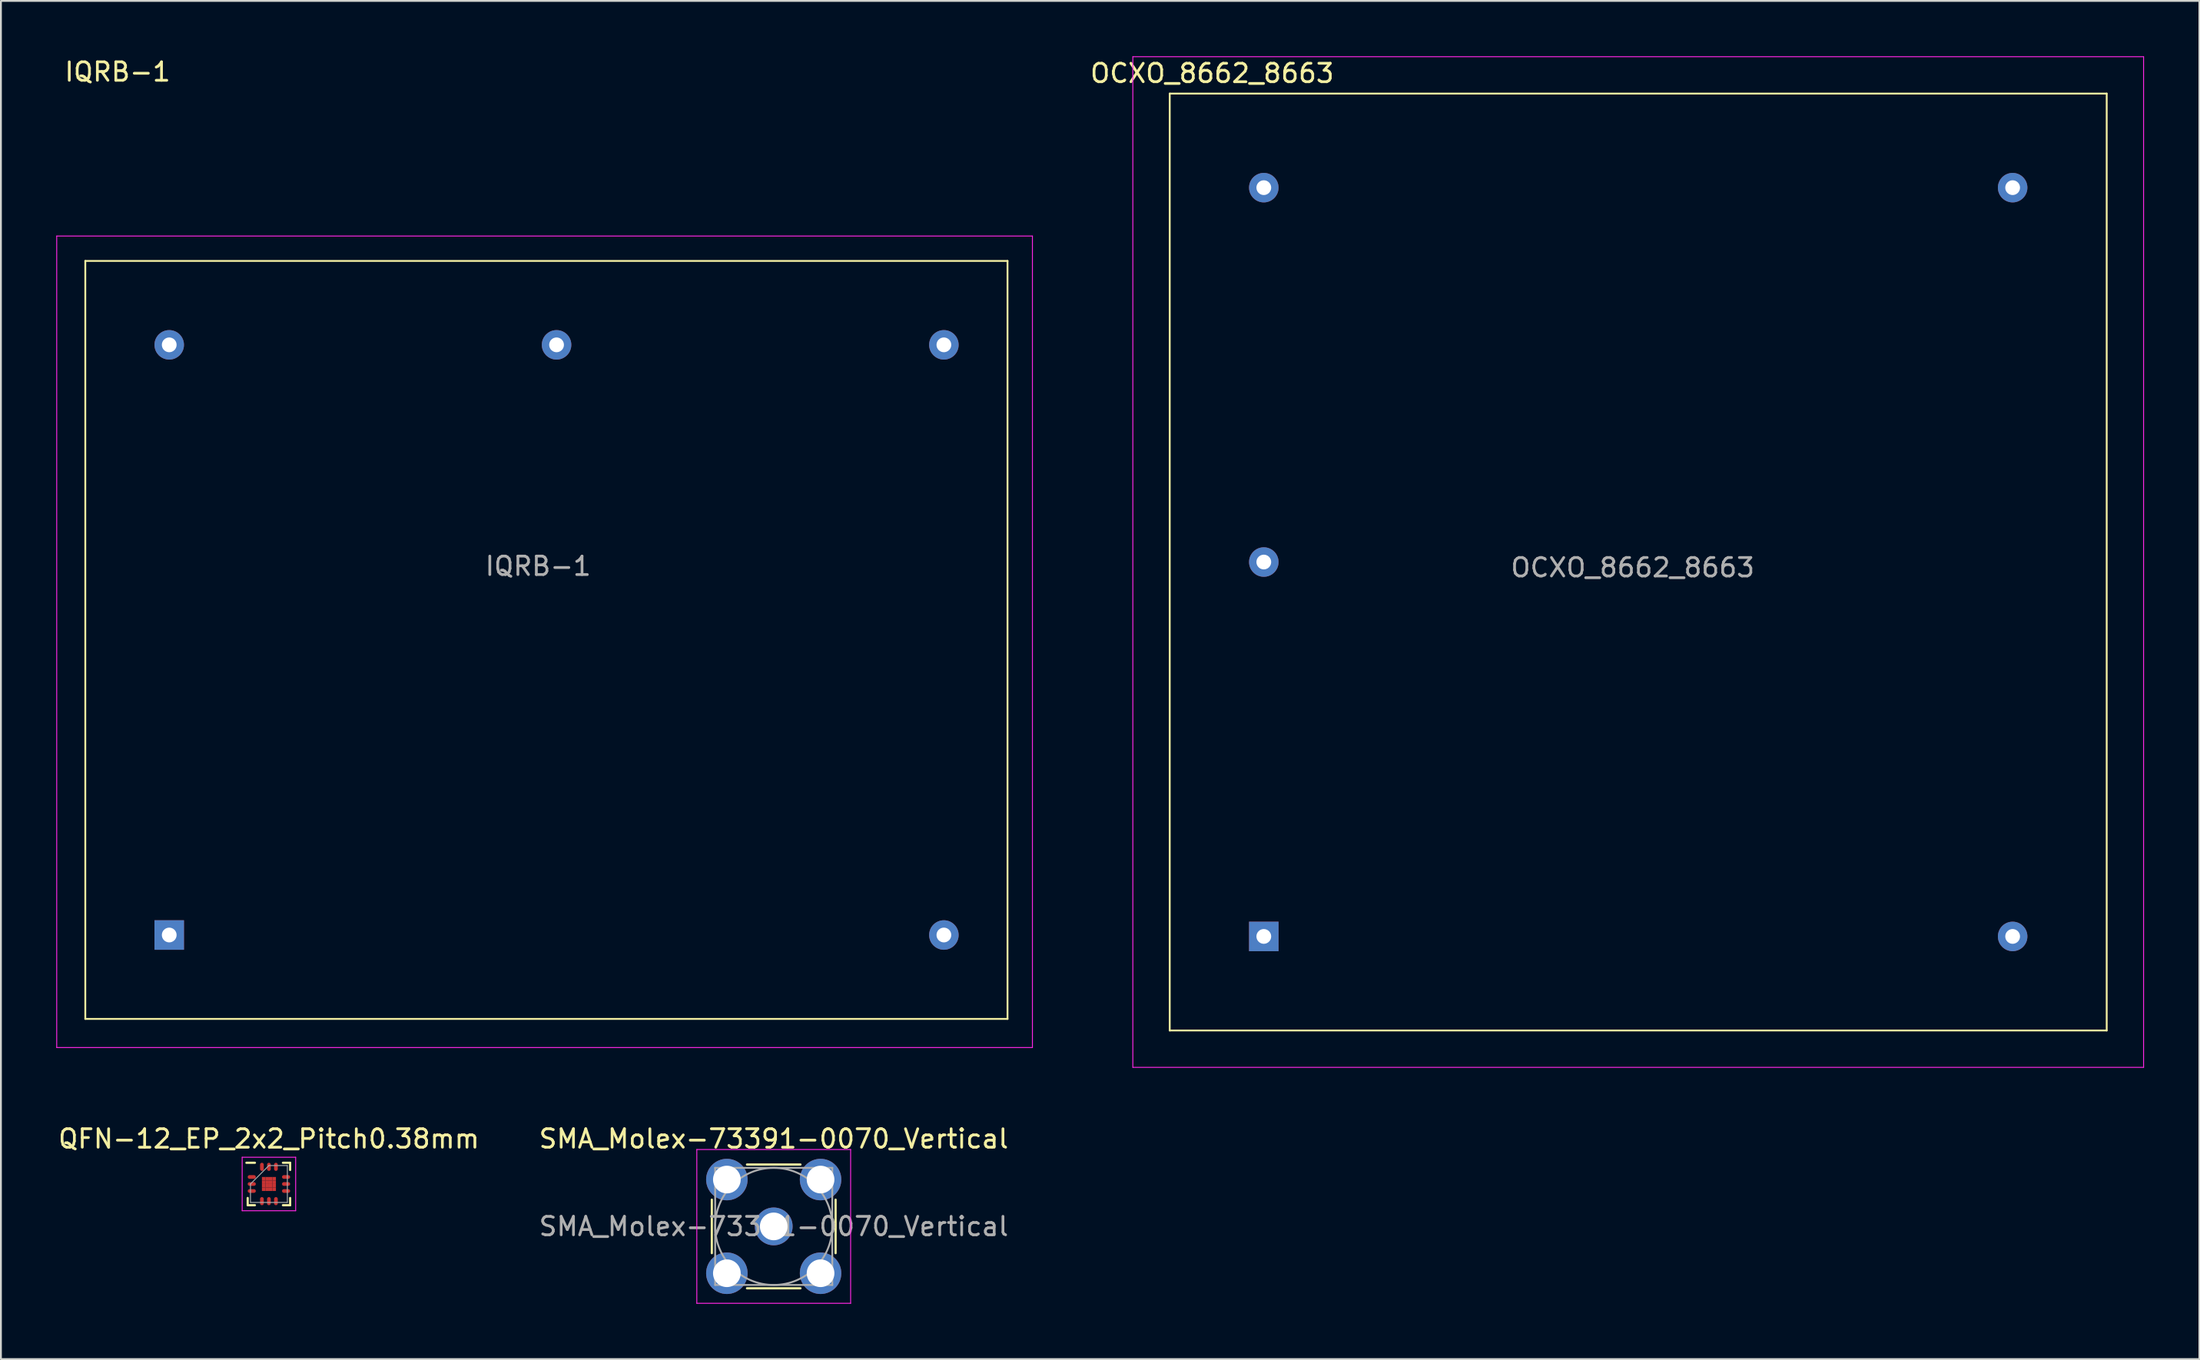
<source format=kicad_pcb>
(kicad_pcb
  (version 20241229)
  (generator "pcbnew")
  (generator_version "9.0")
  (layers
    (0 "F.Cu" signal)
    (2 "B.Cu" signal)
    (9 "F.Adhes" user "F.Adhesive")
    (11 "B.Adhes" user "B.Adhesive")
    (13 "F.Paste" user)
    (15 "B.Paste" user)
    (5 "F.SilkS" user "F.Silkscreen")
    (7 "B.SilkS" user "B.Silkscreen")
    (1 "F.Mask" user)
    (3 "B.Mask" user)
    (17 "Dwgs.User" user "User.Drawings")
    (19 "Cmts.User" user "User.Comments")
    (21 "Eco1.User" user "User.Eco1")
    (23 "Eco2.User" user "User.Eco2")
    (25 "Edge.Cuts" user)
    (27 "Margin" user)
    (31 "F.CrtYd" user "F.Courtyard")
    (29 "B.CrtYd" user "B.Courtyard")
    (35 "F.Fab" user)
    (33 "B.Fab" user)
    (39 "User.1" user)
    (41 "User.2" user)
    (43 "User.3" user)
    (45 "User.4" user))
  (footprint "QFN-12_EP_2x2_Pitch0.38mm"
    (layer "F.Cu")
    (at 11.53 61.148)
    (property "Reference" "QFN-12_EP_2x2_Pitch0.38mm" (at 0 -2.45 0) (layer "F.SilkS") (effects (font (size 1 1) (thickness 0.15))))
    (attr through_hole)
    (fp_line (start -1.15 1.15) (end -1.15 0.76) (stroke (width 0.12) (type solid)) (layer "F.SilkS"))
    (fp_line (start -0.76 -1.15) (end -1.22 -1.15) (stroke (width 0.12) (type solid)) (layer "F.SilkS"))
    (fp_line (start -0.76 1.15) (end -1.15 1.15) (stroke (width 0.12) (type solid)) (layer "F.SilkS"))
    (fp_line (start 0.76 -1.15) (end 1.15 -1.15) (stroke (width 0.12) (type solid)) (layer "F.SilkS"))
    (fp_line (start 0.76 1.15) (end 1.15 1.15) (stroke (width 0.12) (type solid)) (layer "F.SilkS"))
    (fp_line (start 1.15 -1.15) (end 1.15 -0.76) (stroke (width 0.12) (type solid)) (layer "F.SilkS"))
    (fp_line (start 1.15 1.15) (end 1.15 0.76) (stroke (width 0.12) (type solid)) (layer "F.SilkS"))
    (fp_line (start -1.45 -1.45) (end 1.45 -1.45) (stroke (width 0.05) (type solid)) (layer "F.CrtYd"))
    (fp_line (start -1.45 1.45) (end -1.45 -1.45) (stroke (width 0.05) (type solid)) (layer "F.CrtYd"))
    (fp_line (start 1.45 -1.45) (end 1.45 1.45) (stroke (width 0.05) (type solid)) (layer "F.CrtYd"))
    (fp_line (start 1.45 1.45) (end -1.45 1.45) (stroke (width 0.05) (type solid)) (layer "F.CrtYd"))
    (fp_line (start -1 0) (end -1 1) (stroke (width 0.05) (type solid)) (layer "F.Fab"))
    (fp_line (start -1 1) (end 1 1) (stroke (width 0.05) (type solid)) (layer "F.Fab"))
    (fp_line (start 0 -1) (end -1 0) (stroke (width 0.05) (type solid)) (layer "F.Fab"))
    (fp_line (start 1 -1) (end 0 -1) (stroke (width 0.05) (type solid)) (layer "F.Fab"))
    (fp_line (start 1 1) (end 1 -1) (stroke (width 0.05) (type solid)) (layer "F.Fab"))
    (pad "1" smd oval (at -0.93 -0.38 90) (size 0.2 0.44) (layers "F.Cu" "F.Mask" "F.Paste"))
    (pad "2" smd oval (at -0.93 0 90) (size 0.2 0.44) (layers "F.Cu" "F.Mask" "F.Paste"))
    (pad "3" smd oval (at -0.93 0.38 90) (size 0.2 0.44) (layers "F.Cu" "F.Mask" "F.Paste"))
    (pad "4" smd oval (at -0.38 0.93) (size 0.2 0.44) (layers "F.Cu" "F.Mask" "F.Paste"))
    (pad "5" smd oval (at 0 0.93) (size 0.2 0.44) (layers "F.Cu" "F.Mask" "F.Paste"))
    (pad "6" smd oval (at 0.38 0.93) (size 0.2 0.44) (layers "F.Cu" "F.Mask" "F.Paste"))
    (pad "7" smd oval (at 0.93 0.38 90) (size 0.2 0.44) (layers "F.Cu" "F.Mask" "F.Paste"))
    (pad "8" smd oval (at 0.93 0 90) (size 0.2 0.44) (layers "F.Cu" "F.Mask" "F.Paste"))
    (pad "9" smd oval (at 0.93 -0.38 90) (size 0.2 0.44) (layers "F.Cu" "F.Mask" "F.Paste"))
    (pad "10" smd oval (at 0.38 -0.93) (size 0.2 0.44) (layers "F.Cu" "F.Mask" "F.Paste"))
    (pad "11" smd oval (at 0 -0.93) (size 0.2 0.44) (layers "F.Cu" "F.Mask" "F.Paste"))
    (pad "12" smd oval (at -0.38 -0.93) (size 0.2 0.44) (layers "F.Cu" "F.Mask" "F.Paste"))
    (pad "13" smd rect (at -0.285 -0.285) (size 0.19 0.19) (layers "F.Cu" "F.Mask" "F.Paste"))
    (pad "13" smd rect (at -0.285 -0.095) (size 0.19 0.19) (layers "F.Cu" "F.Mask" "F.Paste"))
    (pad "13" smd rect (at -0.285 0.095) (size 0.19 0.19) (layers "F.Cu" "F.Mask" "F.Paste"))
    (pad "13" smd rect (at -0.285 0.285) (size 0.19 0.19) (layers "F.Cu" "F.Mask" "F.Paste"))
    (pad "13" smd rect (at -0.095 -0.285) (size 0.19 0.19) (layers "F.Cu" "F.Mask" "F.Paste"))
    (pad "13" smd rect (at -0.095 -0.095) (size 0.19 0.19) (layers "F.Cu" "F.Mask" "F.Paste"))
    (pad "13" smd rect (at -0.095 0.095) (size 0.19 0.19) (layers "F.Cu" "F.Mask" "F.Paste"))
    (pad "13" smd rect (at -0.095 0.285) (size 0.19 0.19) (layers "F.Cu" "F.Mask" "F.Paste"))
    (pad "13" smd rect (at 0.095 -0.285) (size 0.19 0.19) (layers "F.Cu" "F.Mask" "F.Paste"))
    (pad "13" smd rect (at 0.095 -0.095) (size 0.19 0.19) (layers "F.Cu" "F.Mask" "F.Paste"))
    (pad "13" smd rect (at 0.095 0.095) (size 0.19 0.19) (layers "F.Cu" "F.Mask" "F.Paste"))
    (pad "13" smd rect (at 0.095 0.285) (size 0.19 0.19) (layers "F.Cu" "F.Mask" "F.Paste"))
    (pad "13" smd rect (at 0.285 -0.285) (size 0.19 0.19) (layers "F.Cu" "F.Mask" "F.Paste"))
    (pad "13" smd rect (at 0.285 -0.095) (size 0.19 0.19) (layers "F.Cu" "F.Mask" "F.Paste"))
    (pad "13" smd rect (at 0.285 0.095) (size 0.19 0.19) (layers "F.Cu" "F.Mask" "F.Paste"))
    (pad "13" smd rect (at 0.285 0.285) (size 0.19 0.19) (layers "F.Cu" "F.Mask" "F.Paste")))
  (footprint "OCXO_8662_8663"
    (layer "F.Cu")
    (at 65.47 47.725)
    (property "Reference" "OCXO_8662_8663" (at -2.8 -46.8 0) (layer "F.SilkS") (effects (font (size 1 1) (thickness 0.15))))
    (attr through_hole)
    (fp_line (start -5.1 -45.7) (end -5.1 5.1) (stroke (width 0.1) (type default)) (layer "F.SilkS"))
    (fp_line (start -5.1 -45.7) (end 45.7 -45.7) (stroke (width 0.1) (type default)) (layer "F.SilkS"))
    (fp_line (start 45.7 -45.7) (end 45.7 5.1) (stroke (width 0.1) (type default)) (layer "F.SilkS"))
    (fp_line (start 45.7 5.1) (end -5.1 5.1) (stroke (width 0.1) (type default)) (layer "F.SilkS"))
    (fp_line (start -7.1 -47.7) (end -7.1 7.1) (stroke (width 0.05) (type default)) (layer "F.CrtYd"))
    (fp_line (start -7.1 -47.7) (end 47.7 -47.7) (stroke (width 0.05) (type default)) (layer "F.CrtYd"))
    (fp_line (start -7.1 7.1) (end 47.7 7.1) (stroke (width 0.05) (type default)) (layer "F.CrtYd"))
    (fp_line (start 47.7 -47.7) (end 47.7 7.1) (stroke (width 0.05) (type default)) (layer "F.CrtYd"))
    (fp_text user "${REFERENCE}" (at 20 -20 0) (layer "F.Fab") (effects (font (size 1 1) (thickness 0.15))))
    (pad "1" thru_hole rect (at 0 0) (size 1.6 1.6) (drill 0.8) (layers "*.Cu" "*.Mask"))
    (pad "2" thru_hole circle (at 0 -20.3) (size 1.6 1.6) (drill 0.8) (layers "*.Cu" "*.Mask"))
    (pad "3" thru_hole circle (at 0 -40.6) (size 1.6 1.6) (drill 0.8) (layers "*.Cu" "*.Mask"))
    (pad "4" thru_hole circle (at 40.6 -40.6) (size 1.6 1.6) (drill 0.8) (layers "*.Cu" "*.Mask"))
    (pad "5" thru_hole circle (at 40.6 0) (size 1.6 1.6) (drill 0.8) (layers "*.Cu" "*.Mask")))
  (footprint "IQRB-1"
    (layer "F.Cu")
    (at 6.125 47.648)
    (property "Reference" "IQRB-1" (at -2.8 -46.8 0) (layer "F.SilkS") (effects (font (size 1 1) (thickness 0.15))))
    (attr through_hole)
    (fp_line (start -4.55 -36.55) (end -4.55 4.55) (stroke (width 0.1) (type default)) (layer "F.SilkS"))
    (fp_line (start -4.55 -36.55) (end 45.45 -36.55) (stroke (width 0.1) (type default)) (layer "F.SilkS"))
    (fp_line (start 45.45 -36.55) (end 45.45 4.55) (stroke (width 0.1) (type default)) (layer "F.SilkS"))
    (fp_line (start 45.45 4.55) (end -4.55 4.55) (stroke (width 0.1) (type default)) (layer "F.SilkS"))
    (fp_line (start -6.1 -37.9) (end -6.1 6.1) (stroke (width 0.05) (type default)) (layer "F.CrtYd"))
    (fp_line (start -6.1 -37.9) (end 46.8 -37.9) (stroke (width 0.05) (type default)) (layer "F.CrtYd"))
    (fp_line (start -6.1 6.1) (end 46.8 6.1) (stroke (width 0.05) (type default)) (layer "F.CrtYd"))
    (fp_line (start 46.8 -37.9) (end 46.8 6.1) (stroke (width 0.05) (type default)) (layer "F.CrtYd"))
    (fp_text user "${REFERENCE}" (at 20 -20 0) (layer "F.Fab") (effects (font (size 1 1) (thickness 0.15))))
    (pad "1" thru_hole circle (at 42 -32) (size 1.6 1.6) (drill 0.8) (layers "*.Cu" "*.Mask"))
    (pad "2" thru_hole circle (at 21 -32) (size 1.6 1.6) (drill 0.8) (layers "*.Cu" "*.Mask"))
    (pad "3" thru_hole circle (at 0 -32) (size 1.6 1.6) (drill 0.8) (layers "*.Cu" "*.Mask"))
    (pad "4" thru_hole rect (at 0 0) (size 1.6 1.6) (drill 0.8) (layers "*.Cu" "*.Mask"))
    (pad "5" thru_hole circle (at 42 0) (size 1.6 1.6) (drill 0.8) (layers "*.Cu" "*.Mask")))
  (footprint "SMA_Molex-73391-0070_Vertical"
    (layer "F.Cu")
    (at 38.899 63.448)
    (property "Reference" "SMA_Molex-73391-0070_Vertical" (at 0 -4.75 0) (layer "F.SilkS") (effects (font (size 1 1) (thickness 0.15))))
    (attr through_hole)
    (fp_line (start -3.355 -1.45) (end -3.355 1.45) (stroke (width 0.12) (type solid)) (layer "F.SilkS"))
    (fp_line (start -1.45 -3.355) (end 1.45 -3.355) (stroke (width 0.12) (type solid)) (layer "F.SilkS"))
    (fp_line (start -1.45 3.355) (end 1.45 3.355) (stroke (width 0.12) (type solid)) (layer "F.SilkS"))
    (fp_line (start 3.355 -1.45) (end 3.355 1.45) (stroke (width 0.12) (type solid)) (layer "F.SilkS"))
    (fp_line (start -4.17 -4.17) (end -4.17 4.17) (stroke (width 0.05) (type solid)) (layer "F.CrtYd"))
    (fp_line (start -4.17 -4.17) (end 4.17 -4.17) (stroke (width 0.05) (type solid)) (layer "F.CrtYd"))
    (fp_line (start 4.17 4.17) (end -4.17 4.17) (stroke (width 0.05) (type solid)) (layer "F.CrtYd"))
    (fp_line (start 4.17 4.17) (end 4.17 -4.17) (stroke (width 0.05) (type solid)) (layer "F.CrtYd"))
    (fp_line (start -3.175 -3.175) (end -3.175 3.175) (stroke (width 0.1) (type solid)) (layer "F.Fab"))
    (fp_line (start -3.175 -3.175) (end 3.175 -3.175) (stroke (width 0.1) (type solid)) (layer "F.Fab"))
    (fp_line (start -3.175 3.175) (end 3.175 3.175) (stroke (width 0.1) (type solid)) (layer "F.Fab"))
    (fp_line (start 3.175 -3.175) (end 3.175 3.175) (stroke (width 0.1) (type solid)) (layer "F.Fab"))
    (fp_circle (center 0 0) (end 3.175 0) (stroke (width 0.1) (type solid)) (fill no) (layer "F.Fab"))
    (fp_text user "${REFERENCE}" (at 0 0 0) (layer "F.Fab") (effects (font (size 1 1) (thickness 0.15))))
    (pad "1" thru_hole circle (at 0 0) (size 2.05 2.05) (drill 1.5) (layers "*.Cu" "*.Mask"))
    (pad "2" thru_hole circle (at -2.54 -2.54) (size 2.25 2.25) (drill 1.5) (layers "*.Cu" "*.Mask"))
    (pad "2" thru_hole circle (at -2.54 2.54) (size 2.25 2.25) (drill 1.5) (layers "*.Cu" "*.Mask"))
    (pad "2" thru_hole circle (at 2.54 -2.54) (size 2.25 2.25) (drill 1.5) (layers "*.Cu" "*.Mask"))
    (pad "2" thru_hole circle (at 2.54 2.54) (size 2.25 2.25) (drill 1.5) (layers "*.Cu" "*.Mask")))
  (gr_rect
    (start -3 -3)
    (end 116.195 70.643)
    (stroke (width 0.1) (type default))
    (fill no)
    (layer "Edge.Cuts")))
</source>
